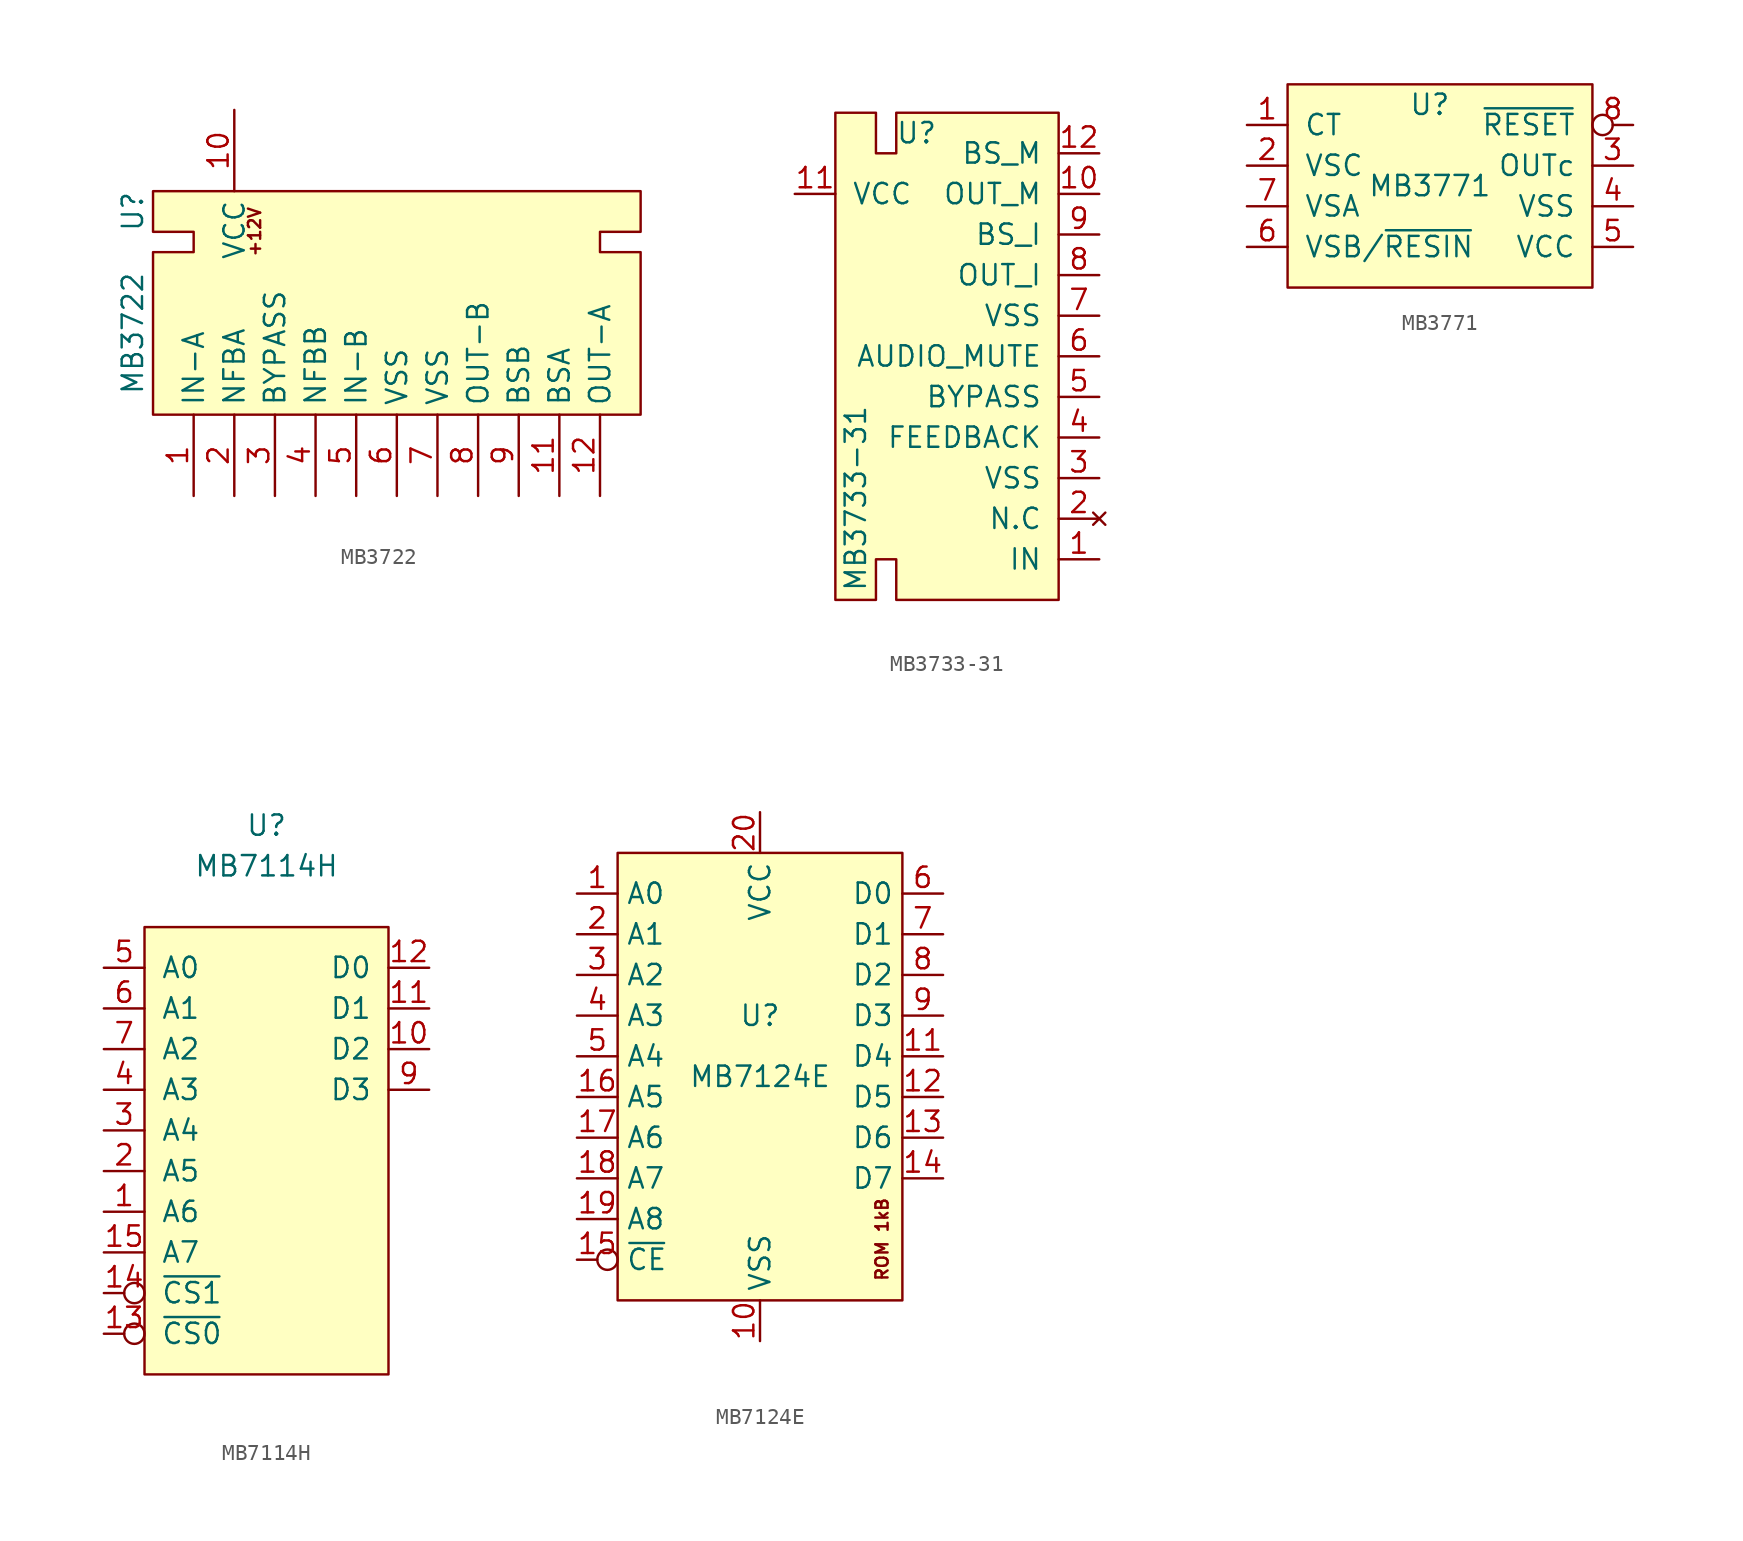
<source format=kicad_sym>
(kicad_symbol_lib
  (version 20231120)
  (generator "kicad_symbol_editor")
  (generator_version "8.0")
  (symbol "MB3722"
    (property "Reference" "U"
      (at -16.51 6.35 90)
      (effects (font (size 1.27 1.27))))
    (property "Value" "MB3722"
      (at -16.51 -1.27 90)
      (effects (font (size 1.27 1.27))))
    (symbol "MB3722_0_0"
      (text "+12V" (at -8.89 5.08 900) (effects (font (size 0.762 0.762)))))
    (symbol "MB3722_0_1"
      (polyline (pts (xy 15.24 -6.35) (xy -15.24 -6.35) (xy -15.24 3.81) (xy -12.7 3.81) (xy -12.7 5.08) (xy -15.24 5.08) (xy -15.24 7.62) (xy 15.24 7.62) (xy 15.24 5.08) (xy 12.7 5.08) (xy 12.7 3.81) (xy 15.24 3.81) (xy 15.24 -6.35)) (stroke (width 0) (type default)) (fill (type background))))
    (symbol "MB3722_1_1"
      (pin input line (at -12.7 -11.43 90) (length 5.08) (name "IN-A" (effects (font (size 1.27 1.27)))) (number "1" (effects (font (size 1.27 1.27)))))
      (pin power_in line (at -10.16 12.7 270) (length 5.08) (name "VCC" (effects (font (size 1.27 1.27)))) (number "10" (effects (font (size 1.27 1.27)))))
      (pin output line (at 10.16 -11.43 90) (length 5.08) (name "BSA" (effects (font (size 1.27 1.27)))) (number "11" (effects (font (size 1.27 1.27)))))
      (pin output line (at 12.7 -11.43 90) (length 5.08) (name "OUT-A" (effects (font (size 1.27 1.27)))) (number "12" (effects (font (size 1.27 1.27)))))
      (pin input line (at -10.16 -11.43 90) (length 5.08) (name "NFBA" (effects (font (size 1.27 1.27)))) (number "2" (effects (font (size 1.27 1.27)))))
      (pin input line (at -7.62 -11.43 90) (length 5.08) (name "BYPASS" (effects (font (size 1.27 1.27)))) (number "3" (effects (font (size 1.27 1.27)))))
      (pin input line (at -5.08 -11.43 90) (length 5.08) (name "NFBB" (effects (font (size 1.27 1.27)))) (number "4" (effects (font (size 1.27 1.27)))))
      (pin input line (at -2.54 -11.43 90) (length 5.08) (name "IN-B" (effects (font (size 1.27 1.27)))) (number "5" (effects (font (size 1.27 1.27)))))
      (pin power_in line (at 0 -11.43 90) (length 5.08) (name "VSS" (effects (font (size 1.27 1.27)))) (number "6" (effects (font (size 1.27 1.27)))))
      (pin power_in line (at 2.54 -11.43 90) (length 5.08) (name "VSS" (effects (font (size 1.27 1.27)))) (number "7" (effects (font (size 1.27 1.27)))))
      (pin output line (at 5.08 -11.43 90) (length 5.08) (name "OUT-B" (effects (font (size 1.27 1.27)))) (number "8" (effects (font (size 1.27 1.27)))))
      (pin output line (at 7.62 -11.43 90) (length 5.08) (name "BSB" (effects (font (size 1.27 1.27)))) (number "9" (effects (font (size 1.27 1.27)))))))
  (symbol "MB3733-31"
    (pin_names
      (offset 1.016))
    (property "Reference" "U"
      (at -2.54 -11.43 0)
      (effects (font (size 1.27 1.27))))
    (property "Value" "MB3733-31"
      (at -6.35 -34.29 90)
      (effects (font (size 1.27 1.27))))
    (symbol "MB3733-31_0_1"
      (polyline (pts (xy 6.35 -10.16) (xy 6.35 -40.64) (xy -3.81 -40.64) (xy -3.81 -38.1) (xy -5.08 -38.1) (xy -5.08 -40.64) (xy -7.62 -40.64) (xy -7.62 -10.16) (xy -5.08 -10.16) (xy -5.08 -12.7) (xy -3.81 -12.7) (xy -3.81 -10.16) (xy 6.35 -10.16)) (stroke (width 0) (type default)) (fill (type background))))
    (symbol "MB3733-31_1_1"
      (pin input line (at 8.89 -38.1 180) (length 2.54) (name "IN" (effects (font (size 1.27 1.27)))) (number "1" (effects (font (size 1.27 1.27)))))
      (pin output line (at 8.89 -15.24 180) (length 2.54) (name "OUT_M" (effects (font (size 1.27 1.27)))) (number "10" (effects (font (size 1.27 1.27)))))
      (pin power_in line (at -10.16 -15.24 0) (length 2.54) (name "VCC" (effects (font (size 1.27 1.27)))) (number "11" (effects (font (size 1.27 1.27)))))
      (pin output line (at 8.89 -12.7 180) (length 2.54) (name "BS_M" (effects (font (size 1.27 1.27)))) (number "12" (effects (font (size 1.27 1.27)))))
      (pin no_connect line (at 8.89 -35.56 180) (length 2.54) (name "N.C" (effects (font (size 1.27 1.27)))) (number "2" (effects (font (size 1.27 1.27)))))
      (pin power_in line (at 8.89 -33.02 180) (length 2.54) (name "VSS" (effects (font (size 1.27 1.27)))) (number "3" (effects (font (size 1.27 1.27)))))
      (pin input line (at 8.89 -30.48 180) (length 2.54) (name "FEEDBACK" (effects (font (size 1.27 1.27)))) (number "4" (effects (font (size 1.27 1.27)))))
      (pin input line (at 8.89 -27.94 180) (length 2.54) (name "BYPASS" (effects (font (size 1.27 1.27)))) (number "5" (effects (font (size 1.27 1.27)))))
      (pin input line (at 8.89 -25.4 180) (length 2.54) (name "AUDIO_MUTE" (effects (font (size 1.27 1.27)))) (number "6" (effects (font (size 1.27 1.27)))))
      (pin power_in line (at 8.89 -22.86 180) (length 2.54) (name "VSS" (effects (font (size 1.27 1.27)))) (number "7" (effects (font (size 1.27 1.27)))))
      (pin output line (at 8.89 -20.32 180) (length 2.54) (name "OUT_I" (effects (font (size 1.27 1.27)))) (number "8" (effects (font (size 1.27 1.27)))))
      (pin output line (at 8.89 -17.78 180) (length 2.54) (name "BS_I" (effects (font (size 1.27 1.27)))) (number "9" (effects (font (size 1.27 1.27)))))))
  (symbol "MB3771"
    (pin_names
      (offset 1.016))
    (property "Reference" "U"
      (at 0 5.08 0)
      (effects (font (size 1.27 1.27))))
    (property "Value" "MB3771"
      (at 0 0 0)
      (effects (font (size 1.27 1.27))))
    (symbol "MB3771_0_1"
      (rectangle (start -8.89 6.35) (end 10.16 -6.35) (stroke (width 0) (type default)) (fill (type background))))
    (symbol "MB3771_1_1"
      (pin input line (at -11.43 3.81 0) (length 2.54) (name "CT" (effects (font (size 1.27 1.27)))) (number "1" (effects (font (size 1.27 1.27)))))
      (pin input line (at -11.43 1.27 0) (length 2.54) (name "VSC" (effects (font (size 1.27 1.27)))) (number "2" (effects (font (size 1.27 1.27)))))
      (pin output line (at 12.7 1.27 180) (length 2.54) (name "OUTc" (effects (font (size 1.27 1.27)))) (number "3" (effects (font (size 1.27 1.27)))))
      (pin power_in line (at 12.7 -1.27 180) (length 2.54) (name "VSS" (effects (font (size 1.27 1.27)))) (number "4" (effects (font (size 1.27 1.27)))))
      (pin power_in line (at 12.7 -3.81 180) (length 2.54) (name "VCC" (effects (font (size 1.27 1.27)))) (number "5" (effects (font (size 1.27 1.27)))))
      (pin input line (at -11.43 -3.81 0) (length 2.54) (name "VSB/~{RESIN}" (effects (font (size 1.27 1.27)))) (number "6" (effects (font (size 1.27 1.27)))))
      (pin input line (at -11.43 -1.27 0) (length 2.54) (name "VSA" (effects (font (size 1.27 1.27)))) (number "7" (effects (font (size 1.27 1.27)))))
      (pin output inverted (at 12.7 3.81 180) (length 2.54) (name "~{RESET}" (effects (font (size 1.27 1.27)))) (number "8" (effects (font (size 1.27 1.27)))))))
  (symbol "MB7114H"
    (pin_names
      (offset 1.016))
    (property "Reference" "U"
      (at 0 11.43 0)
      (effects (font (size 1.27 1.27))))
    (property "Value" "MB7114H"
      (at 0 8.89 0)
      (effects (font (size 1.27 1.27))))
    (symbol "MB7114H_0_1"
      (rectangle (start -7.62 5.08) (end 7.62 -22.86) (stroke (width 0) (type default)) (fill (type background))))
    (symbol "MB7114H_1_1"
      (pin input line (at -10.16 -12.7 0) (length 2.54) (name "A6" (effects (font (size 1.27 1.27)))) (number "1" (effects (font (size 1.27 1.27)))))
      (pin output line (at 10.16 -2.54 180) (length 2.54) (name "D2" (effects (font (size 1.27 1.27)))) (number "10" (effects (font (size 1.27 1.27)))))
      (pin output line (at 10.16 0 180) (length 2.54) (name "D1" (effects (font (size 1.27 1.27)))) (number "11" (effects (font (size 1.27 1.27)))))
      (pin output line (at 10.16 2.54 180) (length 2.54) (name "D0" (effects (font (size 1.27 1.27)))) (number "12" (effects (font (size 1.27 1.27)))))
      (pin input inverted (at -10.16 -20.32 0) (length 2.54) (name "~{CS0}" (effects (font (size 1.27 1.27)))) (number "13" (effects (font (size 1.27 1.27)))))
      (pin input inverted (at -10.16 -17.78 0) (length 2.54) (name "~{CS1}" (effects (font (size 1.27 1.27)))) (number "14" (effects (font (size 1.27 1.27)))))
      (pin input line (at -10.16 -15.24 0) (length 2.54) (name "A7" (effects (font (size 1.27 1.27)))) (number "15" (effects (font (size 1.27 1.27)))))
      (pin power_in line (at 0 5.08 270) (length 2.54) hide (name "VCC" (effects (font (size 1.27 1.27)))) (number "16" (effects (font (size 1.27 1.27)))))
      (pin input line (at -10.16 -10.16 0) (length 2.54) (name "A5" (effects (font (size 1.27 1.27)))) (number "2" (effects (font (size 1.27 1.27)))))
      (pin input line (at -10.16 -7.62 0) (length 2.54) (name "A4" (effects (font (size 1.27 1.27)))) (number "3" (effects (font (size 1.27 1.27)))))
      (pin input line (at -10.16 -5.08 0) (length 2.54) (name "A3" (effects (font (size 1.27 1.27)))) (number "4" (effects (font (size 1.27 1.27)))))
      (pin input line (at -10.16 2.54 0) (length 2.54) (name "A0" (effects (font (size 1.27 1.27)))) (number "5" (effects (font (size 1.27 1.27)))))
      (pin input line (at -10.16 0 0) (length 2.54) (name "A1" (effects (font (size 1.27 1.27)))) (number "6" (effects (font (size 1.27 1.27)))))
      (pin input line (at -10.16 -2.54 0) (length 2.54) (name "A2" (effects (font (size 1.27 1.27)))) (number "7" (effects (font (size 1.27 1.27)))))
      (pin power_in line (at 0 -22.86 90) (length 2.54) hide (name "VSS" (effects (font (size 1.27 1.27)))) (number "8" (effects (font (size 1.27 1.27)))))
      (pin output line (at 10.16 -5.08 180) (length 2.54) (name "D3" (effects (font (size 1.27 1.27)))) (number "9" (effects (font (size 1.27 1.27)))))))
  (symbol "MB7124E"
    (property "Reference" "U"
      (at 0 3.81 0)
      (effects (font (size 1.27 1.27))))
    (property "Value" "MB7124E"
      (at 0 0 0)
      (effects (font (size 1.27 1.27))))
    (symbol "MB7124E_0_0"
      (text "ROM 1kB" (at 7.62 -10.16 900) (effects (font (size 0.762 0.762)))))
    (symbol "MB7124E_0_1"
      (rectangle (start -8.89 13.97) (end 8.89 -13.97) (stroke (width 0.152) (type default)) (fill (type background))))
    (symbol "MB7124E_1_1"
      (pin input line (at -11.43 11.43 0) (length 2.54) (name "A0" (effects (font (size 1.27 1.27)))) (number "1" (effects (font (size 1.27 1.27)))))
      (pin power_in line (at 0 -16.51 90) (length 2.54) (name "VSS" (effects (font (size 1.27 1.27)))) (number "10" (effects (font (size 1.27 1.27)))))
      (pin output line (at 11.43 1.27 180) (length 2.54) (name "D4" (effects (font (size 1.27 1.27)))) (number "11" (effects (font (size 1.27 1.27)))))
      (pin output line (at 11.43 -1.27 180) (length 2.54) (name "D5" (effects (font (size 1.27 1.27)))) (number "12" (effects (font (size 1.27 1.27)))))
      (pin output line (at 11.43 -3.81 180) (length 2.54) (name "D6" (effects (font (size 1.27 1.27)))) (number "13" (effects (font (size 1.27 1.27)))))
      (pin output line (at 11.43 -6.35 180) (length 2.54) (name "D7" (effects (font (size 1.27 1.27)))) (number "14" (effects (font (size 1.27 1.27)))))
      (pin input inverted (at -11.43 -11.43 0) (length 2.54) (name "~{CE}" (effects (font (size 1.27 1.27)))) (number "15" (effects (font (size 1.27 1.27)))))
      (pin input line (at -11.43 -1.27 0) (length 2.54) (name "A5" (effects (font (size 1.27 1.27)))) (number "16" (effects (font (size 1.27 1.27)))))
      (pin input line (at -11.43 -3.81 0) (length 2.54) (name "A6" (effects (font (size 1.27 1.27)))) (number "17" (effects (font (size 1.27 1.27)))))
      (pin input line (at -11.43 -6.35 0) (length 2.54) (name "A7" (effects (font (size 1.27 1.27)))) (number "18" (effects (font (size 1.27 1.27)))))
      (pin input line (at -11.43 -8.89 0) (length 2.54) (name "A8" (effects (font (size 1.27 1.27)))) (number "19" (effects (font (size 1.27 1.27)))))
      (pin input line (at -11.43 8.89 0) (length 2.54) (name "A1" (effects (font (size 1.27 1.27)))) (number "2" (effects (font (size 1.27 1.27)))))
      (pin power_in line (at 0 16.51 270) (length 2.54) (name "VCC" (effects (font (size 1.27 1.27)))) (number "20" (effects (font (size 1.27 1.27)))))
      (pin input line (at -11.43 6.35 0) (length 2.54) (name "A2" (effects (font (size 1.27 1.27)))) (number "3" (effects (font (size 1.27 1.27)))))
      (pin input line (at -11.43 3.81 0) (length 2.54) (name "A3" (effects (font (size 1.27 1.27)))) (number "4" (effects (font (size 1.27 1.27)))))
      (pin input line (at -11.43 1.27 0) (length 2.54) (name "A4" (effects (font (size 1.27 1.27)))) (number "5" (effects (font (size 1.27 1.27)))))
      (pin output line (at 11.43 11.43 180) (length 2.54) (name "D0" (effects (font (size 1.27 1.27)))) (number "6" (effects (font (size 1.27 1.27)))))
      (pin output line (at 11.43 8.89 180) (length 2.54) (name "D1" (effects (font (size 1.27 1.27)))) (number "7" (effects (font (size 1.27 1.27)))))
      (pin output line (at 11.43 6.35 180) (length 2.54) (name "D2" (effects (font (size 1.27 1.27)))) (number "8" (effects (font (size 1.27 1.27)))))
      (pin output line (at 11.43 3.81 180) (length 2.54) (name "D3" (effects (font (size 1.27 1.27)))) (number "9" (effects (font (size 1.27 1.27))))))))
</source>
